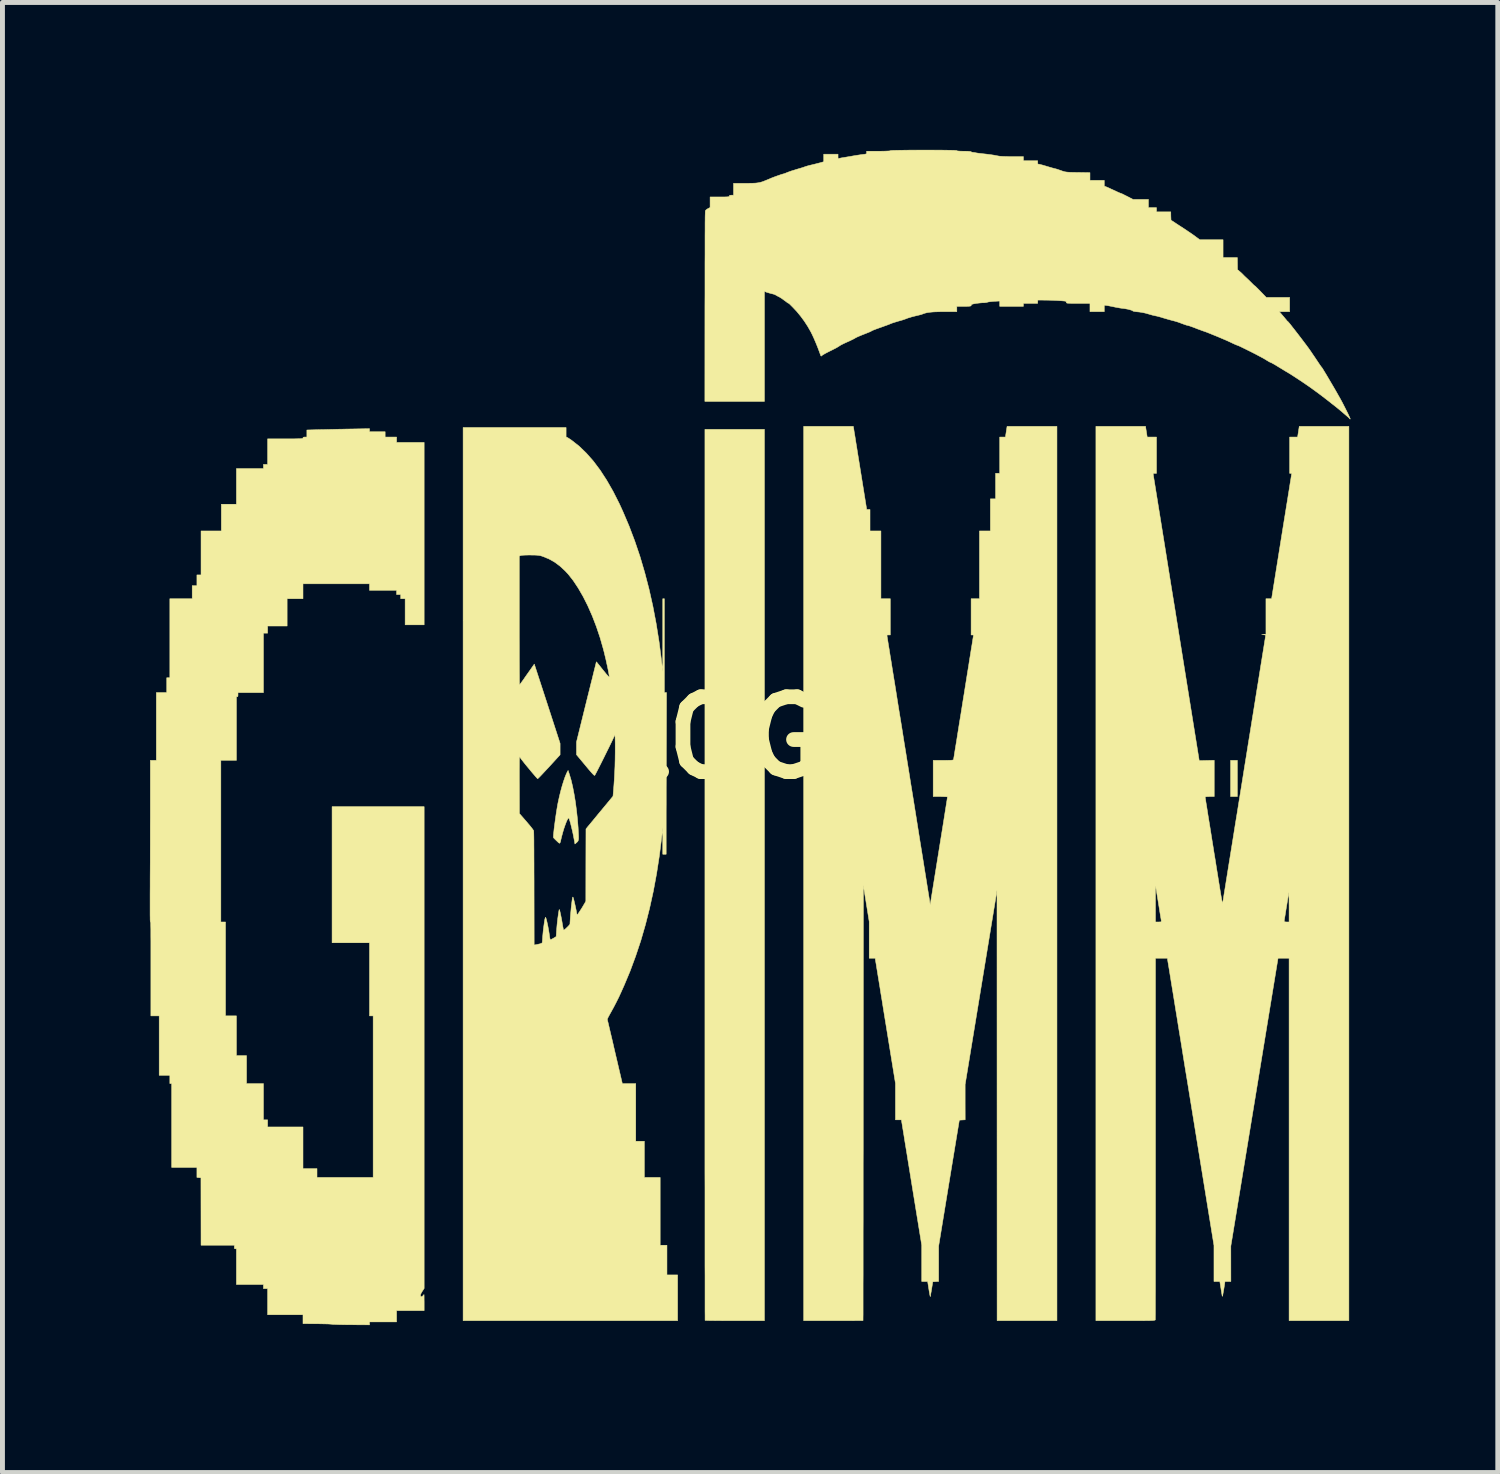
<source format=kicad_pcb>
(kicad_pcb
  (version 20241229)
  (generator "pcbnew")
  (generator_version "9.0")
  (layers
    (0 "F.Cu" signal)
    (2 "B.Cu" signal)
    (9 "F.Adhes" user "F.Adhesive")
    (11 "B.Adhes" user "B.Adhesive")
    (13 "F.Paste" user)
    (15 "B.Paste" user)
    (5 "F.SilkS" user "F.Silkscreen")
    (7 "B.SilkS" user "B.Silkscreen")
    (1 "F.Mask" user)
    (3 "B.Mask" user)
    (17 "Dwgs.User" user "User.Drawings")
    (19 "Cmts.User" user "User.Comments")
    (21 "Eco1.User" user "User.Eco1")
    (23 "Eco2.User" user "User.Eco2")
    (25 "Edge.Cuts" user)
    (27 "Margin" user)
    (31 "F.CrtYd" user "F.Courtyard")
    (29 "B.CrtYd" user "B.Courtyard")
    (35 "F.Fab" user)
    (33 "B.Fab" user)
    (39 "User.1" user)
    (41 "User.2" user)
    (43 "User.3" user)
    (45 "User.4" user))
  (footprint "LOGO"
    (layer "F.Cu")
    (at 12.303 11.966)
    (property "Reference" "LOGO" (at 0 0 0) (layer "F.SilkS") (effects (font (size 1.524 1.524) (thickness 0.3))))
    (attr through_hole)
    (fp_poly (pts (xy 9.832 1.197) (xy 9.694 1.197) (xy 9.694 0.46) (xy 9.832 0.46) (xy 9.832 1.197)) (stroke (width 0.01) (type solid)) (fill yes) (layer "F.SilkS"))
    (fp_poly (pts (xy 0.206 11.865) (xy -0.396 11.865) (xy -0.475 11.865) (xy -0.551 11.865) (xy -0.623 11.865) (xy -0.691 11.864) (xy -0.755 11.864) (xy -0.812 11.863) (xy -0.863 11.862) (xy -0.907 11.862) (xy -0.944 11.861) (xy -0.972 11.86) (xy -0.991 11.859) (xy -1.001 11.858) (xy -1.002 11.857) (xy -1.002 11.845) (xy -1.002 11.809) (xy -1.002 11.75) (xy -1.003 11.668) (xy -1.003 11.565) (xy -1.003 11.441) (xy -1.003 11.296) (xy -1.003 11.13) (xy -1.003 10.946) (xy -1.004 10.742) (xy -1.004 10.521) (xy -1.004 10.281) (xy -1.004 10.025) (xy -1.004 9.752) (xy -1.004 9.463) (xy -1.004 9.159) (xy -1.005 8.84) (xy -1.005 8.507) (xy -1.005 8.16) (xy -1.005 7.801) (xy -1.005 7.429) (xy -1.005 7.045) (xy -1.005 6.65) (xy -1.005 6.245) (xy -1.005 5.83) (xy -1.005 5.405) (xy -1.005 4.972) (xy -1.005 4.53) (xy -1.005 4.081) (xy -1.005 3.624) (xy -1.005 3.162) (xy -1.005 2.786) (xy -1.005 -6.277) (xy 0.206 -6.277) (xy 0.206 11.865)) (stroke (width 0.01) (type solid)) (fill yes) (layer "F.SilkS"))
    (fp_poly (pts (xy -3.763 0.747) (xy -3.729 0.861) (xy -3.697 0.996) (xy -3.668 1.147) (xy -3.641 1.309) (xy -3.619 1.479) (xy -3.6 1.653) (xy -3.586 1.826) (xy -3.583 1.887) (xy -3.579 1.961) (xy -3.577 2.016) (xy -3.577 2.055) (xy -3.581 2.083) (xy -3.588 2.102) (xy -3.6 2.118) (xy -3.617 2.133) (xy -3.623 2.139) (xy -3.651 2.162) (xy -3.66 2.107) (xy -3.674 2.035) (xy -3.689 1.958) (xy -3.706 1.881) (xy -3.724 1.807) (xy -3.74 1.742) (xy -3.756 1.687) (xy -3.768 1.649) (xy -3.774 1.636) (xy -3.783 1.634) (xy -3.796 1.651) (xy -3.813 1.683) (xy -3.832 1.728) (xy -3.853 1.784) (xy -3.875 1.848) (xy -3.896 1.918) (xy -3.916 1.991) (xy -3.92 2.006) (xy -3.93 2.047) (xy -3.938 2.081) (xy -3.942 2.101) (xy -3.942 2.104) (xy -3.946 2.118) (xy -3.953 2.135) (xy -3.958 2.143) (xy -3.963 2.147) (xy -3.971 2.145) (xy -3.983 2.136) (xy -4.001 2.12) (xy -4.024 2.098) (xy -4.048 2.075) (xy -4.068 2.055) (xy -4.082 2.04) (xy -4.088 2.031) (xy -4.088 2.031) (xy -4.089 2.01) (xy -4.087 1.971) (xy -4.081 1.915) (xy -4.074 1.847) (xy -4.064 1.77) (xy -4.053 1.688) (xy -4.041 1.603) (xy -4.029 1.519) (xy -4.016 1.44) (xy -4.004 1.369) (xy -3.993 1.313) (xy -3.968 1.199) (xy -3.941 1.088) (xy -3.912 0.982) (xy -3.882 0.885) (xy -3.853 0.801) (xy -3.826 0.735) (xy -3.81 0.701) (xy -3.79 0.665) (xy -3.763 0.747)) (stroke (width 0.01) (type solid)) (fill yes) (layer "F.SilkS"))
    (fp_poly (pts (xy -7.832 -6.229) (xy -7.514 -6.229) (xy -7.514 -6.12) (xy -7.281 -6.12) (xy -7.281 -6.011) (xy -6.72 -6.011) (xy -6.72 -2.298) (xy -7.107 -2.298) (xy -7.107 -2.83) (xy -7.197 -2.83) (xy -7.197 -2.915) (xy -7.281 -2.915) (xy -7.281 -3) (xy -7.832 -3) (xy -7.832 -3.133) (xy -9.186 -3.133) (xy -9.186 -2.83) (xy -9.509 -2.83) (xy -9.509 -2.274) (xy -9.906 -2.274) (xy -9.906 -2.129) (xy -9.991 -2.129) (xy -9.991 -0.919) (xy -10.509 -0.919) (xy -10.509 -0.877) (xy -10.51 -0.848) (xy -10.515 -0.837) (xy -10.525 -0.835) (xy -10.541 -0.835) (xy -10.541 0.46) (xy -10.858 0.46) (xy -10.858 3.75) (xy -10.763 3.75) (xy -10.763 5.661) (xy -10.541 5.661) (xy -10.541 6.471) (xy -10.335 6.471) (xy -10.335 7.039) (xy -9.991 7.039) (xy -9.991 7.777) (xy -9.906 7.777) (xy -9.906 7.922) (xy -9.186 7.922) (xy -9.186 8.769) (xy -8.901 8.769) (xy -8.901 8.95) (xy -7.758 8.95) (xy -7.758 5.661) (xy -7.832 5.661) (xy -7.832 4.173) (xy -8.594 4.173) (xy -8.594 1.403) (xy -6.72 1.403) (xy -6.72 11.209) (xy -6.757 11.265) (xy -6.779 11.301) (xy -6.791 11.329) (xy -6.795 11.345) (xy -6.79 11.368) (xy -6.779 11.377) (xy -6.763 11.373) (xy -6.747 11.359) (xy -6.733 11.343) (xy -6.725 11.334) (xy -6.723 11.333) (xy -6.722 11.345) (xy -6.721 11.376) (xy -6.721 11.422) (xy -6.72 11.48) (xy -6.72 11.497) (xy -6.72 11.66) (xy -7.281 11.66) (xy -7.281 11.89) (xy -7.832 11.89) (xy -7.832 11.95) (xy -8.19 11.948) (xy -8.252 11.948) (xy -8.313 11.947) (xy -8.37 11.946) (xy -8.423 11.945) (xy -8.472 11.944) (xy -8.514 11.942) (xy -8.549 11.941) (xy -8.576 11.94) (xy -8.594 11.938) (xy -8.599 11.937) (xy -8.614 11.936) (xy -8.639 11.934) (xy -8.672 11.932) (xy -8.711 11.931) (xy -8.756 11.93) (xy -8.806 11.929) (xy -8.858 11.928) (xy -8.912 11.927) (xy -8.918 11.927) (xy -9.186 11.926) (xy -9.186 11.744) (xy -9.906 11.744) (xy -9.906 11.212) (xy -9.991 11.212) (xy -9.991 11.128) (xy -10.541 11.128) (xy -10.541 10.402) (xy -10.562 10.402) (xy -10.576 10.4) (xy -10.582 10.393) (xy -10.583 10.373) (xy -10.583 10.366) (xy -10.583 10.329) (xy -11.261 10.329) (xy -11.262 9.643) (xy -11.263 8.957) (xy -11.304 8.953) (xy -11.345 8.949) (xy -11.345 8.745) (xy -11.859 8.745) (xy -11.859 7.039) (xy -11.896 7.039) (xy -11.896 6.87) (xy -12.113 6.87) (xy -12.113 5.661) (xy -12.282 5.661) (xy -12.282 4.705) (xy -12.282 4.53) (xy -12.282 4.378) (xy -12.282 4.246) (xy -12.282 4.135) (xy -12.283 4.041) (xy -12.283 3.964) (xy -12.283 3.901) (xy -12.284 3.852) (xy -12.285 3.815) (xy -12.285 3.787) (xy -12.286 3.769) (xy -12.288 3.757) (xy -12.289 3.751) (xy -12.29 3.75) (xy -12.291 3.75) (xy -12.292 3.748) (xy -12.294 3.743) (xy -12.295 3.734) (xy -12.296 3.717) (xy -12.297 3.693) (xy -12.297 3.659) (xy -12.298 3.614) (xy -12.298 3.557) (xy -12.298 3.486) (xy -12.298 3.399) (xy -12.298 3.295) (xy -12.298 3.173) (xy -12.297 3.031) (xy -12.297 2.868) (xy -12.296 2.713) (xy -12.295 2.538) (xy -12.295 2.357) (xy -12.294 2.172) (xy -12.294 1.987) (xy -12.294 1.805) (xy -12.293 1.631) (xy -12.293 1.467) (xy -12.293 1.317) (xy -12.293 1.184) (xy -12.293 1.071) (xy -12.293 0.46) (xy -12.171 0.46) (xy -12.171 -0.919) (xy -11.959 -0.919) (xy -11.959 -1.222) (xy -11.896 -1.222) (xy -11.896 -2.83) (xy -11.441 -2.83) (xy -11.441 -3.096) (xy -11.345 -3.096) (xy -11.345 -3.314) (xy -11.261 -3.314) (xy -11.261 -4.209) (xy -10.848 -4.209) (xy -10.848 -4.753) (xy -10.541 -4.753) (xy -10.541 -5.479) (xy -9.991 -5.479) (xy -9.991 -5.564) (xy -9.906 -5.564) (xy -9.906 -6.084) (xy -9.546 -6.084) (xy -9.475 -6.084) (xy -9.414 -6.084) (xy -9.362 -6.084) (xy -9.318 -6.085) (xy -9.282 -6.086) (xy -9.253 -6.087) (xy -9.23 -6.088) (xy -9.213 -6.09) (xy -9.201 -6.092) (xy -9.193 -6.094) (xy -9.188 -6.097) (xy -9.187 -6.1) (xy -9.186 -6.102) (xy -9.184 -6.112) (xy -9.177 -6.117) (xy -9.162 -6.12) (xy -9.147 -6.12) (xy -9.107 -6.12) (xy -9.107 -6.264) (xy -8.854 -6.271) (xy -8.804 -6.272) (xy -8.744 -6.273) (xy -8.678 -6.275) (xy -8.606 -6.276) (xy -8.531 -6.278) (xy -8.453 -6.28) (xy -8.376 -6.281) (xy -8.3 -6.283) (xy -8.228 -6.284) (xy -8.217 -6.284) (xy -7.832 -6.291) (xy -7.832 -6.229)) (stroke (width 0.01) (type solid)) (fill yes) (layer "F.SilkS"))
    (fp_poly (pts (xy 2.023 -6.293) (xy 2.026 -6.274) (xy 2.032 -6.234) (xy 2.042 -6.176) (xy 2.054 -6.101) (xy 2.068 -6.011) (xy 2.085 -5.908) (xy 2.103 -5.793) (xy 2.123 -5.67) (xy 2.144 -5.54) (xy 2.159 -5.446) (xy 2.288 -4.645) (xy 2.355 -4.645) (xy 2.355 -4.209) (xy 2.577 -4.209) (xy 2.577 -2.83) (xy 2.768 -2.83) (xy 2.768 -2.092) (xy 2.733 -2.092) (xy 2.714 -2.092) (xy 2.704 -2.089) (xy 2.7 -2.082) (xy 2.701 -2.071) (xy 2.704 -2.056) (xy 2.71 -2.018) (xy 2.719 -1.961) (xy 2.731 -1.884) (xy 2.747 -1.79) (xy 2.764 -1.679) (xy 2.785 -1.553) (xy 2.807 -1.413) (xy 2.832 -1.259) (xy 2.859 -1.094) (xy 2.887 -0.919) (xy 2.916 -0.734) (xy 2.947 -0.541) (xy 2.98 -0.341) (xy 3.013 -0.136) (xy 3.046 0.074) (xy 3.081 0.287) (xy 3.115 0.502) (xy 3.15 0.717) (xy 3.184 0.932) (xy 3.219 1.146) (xy 3.253 1.357) (xy 3.286 1.563) (xy 3.318 1.764) (xy 3.349 1.959) (xy 3.379 2.146) (xy 3.408 2.324) (xy 3.435 2.491) (xy 3.46 2.648) (xy 3.483 2.791) (xy 3.504 2.921) (xy 3.522 3.036) (xy 3.538 3.134) (xy 3.551 3.215) (xy 3.561 3.277) (xy 3.568 3.319) (xy 3.571 3.34) (xy 3.571 3.342) (xy 3.58 3.401) (xy 3.756 2.307) (xy 3.781 2.151) (xy 3.805 2.002) (xy 3.828 1.861) (xy 3.849 1.729) (xy 3.868 1.609) (xy 3.885 1.501) (xy 3.9 1.407) (xy 3.912 1.33) (xy 3.922 1.269) (xy 3.928 1.228) (xy 3.931 1.207) (xy 3.932 1.205) (xy 3.927 1.203) (xy 3.912 1.201) (xy 3.89 1.2) (xy 3.861 1.199) (xy 3.828 1.198) (xy 3.79 1.197) (xy 3.786 1.197) (xy 3.641 1.197) (xy 3.641 0.46) (xy 3.846 0.46) (xy 3.899 0.46) (xy 3.941 0.459) (xy 3.975 0.459) (xy 4.002 0.458) (xy 4.022 0.456) (xy 4.036 0.454) (xy 4.045 0.452) (xy 4.051 0.448) (xy 4.054 0.444) (xy 4.056 0.438) (xy 4.059 0.419) (xy 4.066 0.379) (xy 4.075 0.32) (xy 4.087 0.245) (xy 4.102 0.154) (xy 4.119 0.051) (xy 4.137 -0.064) (xy 4.157 -0.189) (xy 4.178 -0.322) (xy 4.201 -0.46) (xy 4.224 -0.604) (xy 4.247 -0.75) (xy 4.271 -0.896) (xy 4.294 -1.042) (xy 4.317 -1.185) (xy 4.339 -1.324) (xy 4.361 -1.457) (xy 4.38 -1.582) (xy 4.399 -1.697) (xy 4.415 -1.8) (xy 4.43 -1.89) (xy 4.442 -1.966) (xy 4.451 -2.024) (xy 4.458 -2.064) (xy 4.461 -2.084) (xy 4.461 -2.086) (xy 4.456 -2.09) (xy 4.444 -2.092) (xy 4.437 -2.092) (xy 4.413 -2.092) (xy 4.413 -2.83) (xy 4.583 -2.83) (xy 4.583 -4.209) (xy 4.805 -4.209) (xy 4.805 -4.862) (xy 4.911 -4.862) (xy 4.911 -5.382) (xy 4.995 -5.382) (xy 4.995 -6.12) (xy 5.111 -6.12) (xy 5.145 -6.338) (xy 6.16 -6.338) (xy 6.16 11.865) (xy 4.942 11.865) (xy 4.941 7.485) (xy 4.94 3.104) (xy 4.291 7.058) (xy 4.291 7.417) (xy 4.292 7.776) (xy 4.173 7.783) (xy 3.962 9.065) (xy 3.752 10.347) (xy 3.752 11.066) (xy 3.633 11.073) (xy 3.609 11.221) (xy 3.6 11.276) (xy 3.591 11.324) (xy 3.585 11.358) (xy 3.582 11.375) (xy 3.582 11.376) (xy 3.579 11.368) (xy 3.573 11.341) (xy 3.565 11.298) (xy 3.556 11.245) (xy 3.553 11.225) (xy 3.528 11.067) (xy 3.408 11.067) (xy 3.408 10.33) (xy 3.206 9.087) (xy 3.179 8.92) (xy 3.153 8.759) (xy 3.128 8.606) (xy 3.105 8.462) (xy 3.083 8.328) (xy 3.063 8.207) (xy 3.046 8.098) (xy 3.031 8.005) (xy 3.018 7.928) (xy 3.009 7.869) (xy 3.002 7.83) (xy 2.999 7.811) (xy 2.999 7.811) (xy 2.994 7.777) (xy 2.873 7.777) (xy 2.873 7.035) (xy 2.678 5.831) (xy 2.651 5.666) (xy 2.625 5.506) (xy 2.601 5.354) (xy 2.577 5.21) (xy 2.556 5.076) (xy 2.536 4.954) (xy 2.518 4.845) (xy 2.503 4.751) (xy 2.49 4.673) (xy 2.481 4.614) (xy 2.474 4.574) (xy 2.471 4.557) (xy 2.46 4.487) (xy 2.339 4.487) (xy 2.339 4.115) (xy 2.339 3.743) (xy 2.22 3.006) (xy 2.217 7.433) (xy 2.217 7.758) (xy 2.217 8.078) (xy 2.217 8.391) (xy 2.216 8.695) (xy 2.216 8.991) (xy 2.216 9.277) (xy 2.216 9.553) (xy 2.216 9.818) (xy 2.215 10.07) (xy 2.215 10.31) (xy 2.215 10.535) (xy 2.215 10.746) (xy 2.215 10.942) (xy 2.214 11.121) (xy 2.214 11.282) (xy 2.214 11.426) (xy 2.214 11.551) (xy 2.214 11.656) (xy 2.214 11.741) (xy 2.213 11.804) (xy 2.213 11.844) (xy 2.213 11.862) (xy 2.213 11.862) (xy 2.208 11.863) (xy 2.193 11.863) (xy 2.168 11.864) (xy 2.135 11.864) (xy 2.094 11.864) (xy 2.046 11.864) (xy 1.991 11.865) (xy 1.93 11.865) (xy 1.864 11.865) (xy 1.793 11.865) (xy 1.719 11.865) (xy 1.641 11.865) (xy 1.609 11.865) (xy 1.005 11.865) (xy 1.005 -6.338) (xy 2.015 -6.338) (xy 2.023 -6.293)) (stroke (width 0.01) (type solid)) (fill yes) (layer "F.SilkS"))
    (fp_poly (pts (xy 7.997 -6.12) (xy 8.186 -6.12) (xy 8.186 -5.382) (xy 8.151 -5.382) (xy 8.132 -5.381) (xy 8.121 -5.377) (xy 8.119 -5.369) (xy 8.119 -5.367) (xy 8.121 -5.355) (xy 8.126 -5.32) (xy 8.135 -5.265) (xy 8.147 -5.19) (xy 8.162 -5.097) (xy 8.18 -4.985) (xy 8.201 -4.856) (xy 8.224 -4.712) (xy 8.25 -4.552) (xy 8.278 -4.378) (xy 8.308 -4.191) (xy 8.34 -3.992) (xy 8.374 -3.781) (xy 8.409 -3.56) (xy 8.446 -3.33) (xy 8.484 -3.092) (xy 8.524 -2.846) (xy 8.565 -2.594) (xy 8.589 -2.443) (xy 9.056 0.466) (xy 9.361 0.459) (xy 9.361 1.197) (xy 9.268 1.197) (xy 9.233 1.198) (xy 9.208 1.199) (xy 9.19 1.201) (xy 9.181 1.205) (xy 9.177 1.21) (xy 9.177 1.213) (xy 9.179 1.226) (xy 9.185 1.26) (xy 9.193 1.314) (xy 9.205 1.386) (xy 9.219 1.474) (xy 9.235 1.578) (xy 9.254 1.694) (xy 9.275 1.822) (xy 9.297 1.96) (xy 9.32 2.106) (xy 9.345 2.259) (xy 9.353 2.313) (xy 9.383 2.494) (xy 9.408 2.654) (xy 9.431 2.794) (xy 9.45 2.915) (xy 9.467 3.018) (xy 9.481 3.105) (xy 9.493 3.177) (xy 9.503 3.235) (xy 9.511 3.28) (xy 9.517 3.315) (xy 9.522 3.34) (xy 9.526 3.356) (xy 9.529 3.364) (xy 9.531 3.367) (xy 9.532 3.365) (xy 9.534 3.36) (xy 9.534 3.359) (xy 9.536 3.344) (xy 9.542 3.308) (xy 9.551 3.251) (xy 9.563 3.174) (xy 9.579 3.078) (xy 9.597 2.965) (xy 9.618 2.835) (xy 9.641 2.69) (xy 9.667 2.529) (xy 9.695 2.355) (xy 9.725 2.169) (xy 9.757 1.97) (xy 9.79 1.762) (xy 9.826 1.543) (xy 9.862 1.316) (xy 9.9 1.081) (xy 9.939 0.839) (xy 9.974 0.618) (xy 10.014 0.372) (xy 10.052 0.132) (xy 10.09 -0.101) (xy 10.126 -0.326) (xy 10.161 -0.542) (xy 10.194 -0.748) (xy 10.225 -0.944) (xy 10.255 -1.127) (xy 10.282 -1.297) (xy 10.307 -1.454) (xy 10.33 -1.596) (xy 10.35 -1.721) (xy 10.368 -1.83) (xy 10.382 -1.921) (xy 10.394 -1.994) (xy 10.402 -2.046) (xy 10.407 -2.078) (xy 10.409 -2.087) (xy 10.404 -2.09) (xy 10.391 -2.093) (xy 10.373 -2.095) (xy 10.368 -2.096) (xy 10.327 -2.1) (xy 10.37 -2.102) (xy 10.414 -2.105) (xy 10.414 -2.83) (xy 10.529 -2.83) (xy 10.731 -4.091) (xy 10.758 -4.259) (xy 10.784 -4.42) (xy 10.809 -4.574) (xy 10.832 -4.718) (xy 10.854 -4.852) (xy 10.873 -4.973) (xy 10.891 -5.081) (xy 10.905 -5.174) (xy 10.918 -5.251) (xy 10.927 -5.309) (xy 10.933 -5.348) (xy 10.936 -5.366) (xy 10.937 -5.367) (xy 10.934 -5.378) (xy 10.923 -5.382) (xy 10.917 -5.382) (xy 10.896 -5.382) (xy 10.896 -6.12) (xy 11.058 -6.12) (xy 11.075 -6.229) (xy 11.092 -6.338) (xy 12.102 -6.338) (xy 12.102 11.865) (xy 10.885 11.865) (xy 10.885 4.487) (xy 10.66 4.487) (xy 10.18 7.417) (xy 9.699 10.347) (xy 9.7 11.067) (xy 9.58 11.067) (xy 9.571 11.131) (xy 9.557 11.219) (xy 9.545 11.286) (xy 9.537 11.332) (xy 9.531 11.36) (xy 9.526 11.37) (xy 9.525 11.368) (xy 9.521 11.351) (xy 9.515 11.315) (xy 9.507 11.268) (xy 9.498 11.212) (xy 9.498 11.209) (xy 9.475 11.067) (xy 9.356 11.067) (xy 9.356 10.334) (xy 8.898 7.51) (xy 8.857 7.258) (xy 8.817 7.01) (xy 8.777 6.769) (xy 8.739 6.535) (xy 8.703 6.309) (xy 8.668 6.093) (xy 8.634 5.887) (xy 8.603 5.692) (xy 8.573 5.51) (xy 8.546 5.341) (xy 8.521 5.186) (xy 8.498 5.047) (xy 8.478 4.924) (xy 8.461 4.818) (xy 8.447 4.731) (xy 8.436 4.664) (xy 8.428 4.616) (xy 8.424 4.59) (xy 8.423 4.587) (xy 8.407 4.487) (xy 8.165 4.487) (xy 8.165 8.157) (xy 8.165 8.454) (xy 8.165 8.744) (xy 8.165 9.027) (xy 8.165 9.303) (xy 8.165 9.569) (xy 8.165 9.825) (xy 8.165 10.071) (xy 8.164 10.304) (xy 8.164 10.525) (xy 8.164 10.732) (xy 8.164 10.925) (xy 8.164 11.102) (xy 8.164 11.262) (xy 8.163 11.405) (xy 8.163 11.53) (xy 8.163 11.635) (xy 8.163 11.721) (xy 8.162 11.785) (xy 8.162 11.826) (xy 8.162 11.845) (xy 8.162 11.846) (xy 8.161 11.849) (xy 8.158 11.852) (xy 8.152 11.854) (xy 8.144 11.856) (xy 8.132 11.858) (xy 8.117 11.86) (xy 8.096 11.861) (xy 8.071 11.862) (xy 8.04 11.863) (xy 8.002 11.864) (xy 7.958 11.864) (xy 7.906 11.865) (xy 7.846 11.865) (xy 7.778 11.865) (xy 7.701 11.865) (xy 7.614 11.865) (xy 7.556 11.865) (xy 6.953 11.865) (xy 6.953 3.379) (xy 8.165 3.379) (xy 8.165 3.75) (xy 8.226 3.75) (xy 8.253 3.749) (xy 8.27 3.748) (xy 8.28 3.745) (xy 8.284 3.74) (xy 8.285 3.739) (xy 10.784 3.739) (xy 10.789 3.744) (xy 10.803 3.747) (xy 10.822 3.749) (xy 10.835 3.75) (xy 10.885 3.75) (xy 10.885 3.438) (xy 10.884 3.352) (xy 10.884 3.279) (xy 10.883 3.219) (xy 10.882 3.176) (xy 10.881 3.153) (xy 10.88 3.151) (xy 10.875 3.179) (xy 10.867 3.224) (xy 10.858 3.281) (xy 10.847 3.346) (xy 10.836 3.416) (xy 10.824 3.488) (xy 10.813 3.557) (xy 10.803 3.62) (xy 10.794 3.673) (xy 10.788 3.713) (xy 10.785 3.736) (xy 10.784 3.739) (xy 8.285 3.739) (xy 8.285 3.732) (xy 8.284 3.728) (xy 8.282 3.712) (xy 8.276 3.676) (xy 8.267 3.623) (xy 8.256 3.557) (xy 8.244 3.48) (xy 8.23 3.395) (xy 8.225 3.362) (xy 8.211 3.276) (xy 8.198 3.198) (xy 8.187 3.129) (xy 8.178 3.074) (xy 8.171 3.035) (xy 8.167 3.015) (xy 8.167 3.013) (xy 8.167 3.023) (xy 8.166 3.055) (xy 8.166 3.105) (xy 8.165 3.17) (xy 8.165 3.249) (xy 8.165 3.337) (xy 8.165 3.379) (xy 6.953 3.379) (xy 6.953 -6.338) (xy 7.963 -6.338) (xy 7.997 -6.12)) (stroke (width 0.01) (type solid)) (fill yes) (layer "F.SilkS"))
    (fp_poly (pts (xy -3.831 -6.123) (xy -3.811 -6.114) (xy -3.799 -6.108) (xy -3.779 -6.095) (xy -3.754 -6.079) (xy -3.726 -6.06) (xy -3.715 -6.052) (xy -3.564 -5.933) (xy -3.418 -5.792) (xy -3.276 -5.631) (xy -3.138 -5.447) (xy -3.004 -5.241) (xy -2.873 -5.012) (xy -2.746 -4.761) (xy -2.676 -4.608) (xy -2.55 -4.312) (xy -2.434 -4.006) (xy -2.327 -3.69) (xy -2.231 -3.364) (xy -2.143 -3.027) (xy -2.065 -2.679) (xy -1.997 -2.321) (xy -1.938 -1.952) (xy -1.889 -1.573) (xy -1.884 -1.53) (xy -1.863 -1.349) (xy -1.863 -2.83) (xy -1.831 -2.83) (xy -1.831 -0.919) (xy -1.787 -0.919) (xy -1.79 0.117) (xy -1.791 0.292) (xy -1.791 0.474) (xy -1.792 0.659) (xy -1.792 0.844) (xy -1.793 1.025) (xy -1.793 1.199) (xy -1.793 1.364) (xy -1.794 1.514) (xy -1.794 1.647) (xy -1.794 1.759) (xy -1.794 2.371) (xy -1.863 2.371) (xy -1.863 2.102) (xy -1.863 1.832) (xy -1.884 2.02) (xy -1.932 2.399) (xy -1.989 2.767) (xy -2.055 3.123) (xy -2.131 3.469) (xy -2.216 3.804) (xy -2.31 4.129) (xy -2.415 4.444) (xy -2.528 4.75) (xy -2.646 5.032) (xy -2.704 5.162) (xy -2.757 5.278) (xy -2.81 5.384) (xy -2.863 5.486) (xy -2.919 5.588) (xy -2.931 5.609) (xy -2.955 5.653) (xy -2.972 5.684) (xy -2.983 5.707) (xy -2.989 5.722) (xy -2.991 5.734) (xy -2.99 5.744) (xy -2.988 5.75) (xy -2.985 5.765) (xy -2.976 5.799) (xy -2.964 5.851) (xy -2.948 5.919) (xy -2.929 6) (xy -2.907 6.092) (xy -2.883 6.194) (xy -2.858 6.304) (xy -2.834 6.407) (xy -2.686 7.039) (xy -2.413 7.039) (xy -2.413 8.213) (xy -2.238 8.213) (xy -2.238 8.95) (xy -1.916 8.95) (xy -1.916 10.329) (xy -1.778 10.329) (xy -1.778 10.934) (xy -1.561 10.934) (xy -1.561 11.865) (xy -5.927 11.865) (xy -5.927 -3.699) (xy -4.784 -3.699) (xy -4.784 -2.388) (xy -4.784 -2.212) (xy -4.784 -2.043) (xy -4.783 -1.883) (xy -4.783 -1.732) (xy -4.783 -1.593) (xy -4.782 -1.468) (xy -4.782 -1.357) (xy -4.781 -1.262) (xy -4.781 -1.185) (xy -4.78 -1.127) (xy -4.78 -1.091) (xy -4.779 -1.077) (xy -4.779 -1.076) (xy -4.774 -1.083) (xy -4.76 -1.1) (xy -4.741 -1.126) (xy -4.716 -1.16) (xy -4.688 -1.199) (xy -4.675 -1.219) (xy -4.642 -1.266) (xy -4.609 -1.313) (xy -4.577 -1.358) (xy -4.55 -1.396) (xy -4.529 -1.426) (xy -4.526 -1.43) (xy -4.478 -1.499) (xy -4.215 -0.692) (xy -3.953 0.115) (xy -3.953 0.347) (xy -4.176 0.591) (xy -4.222 0.64) (xy -4.265 0.686) (xy -4.304 0.728) (xy -4.338 0.764) (xy -4.367 0.794) (xy -4.389 0.816) (xy -4.404 0.83) (xy -4.409 0.835) (xy -4.416 0.829) (xy -4.43 0.814) (xy -4.452 0.79) (xy -4.478 0.759) (xy -4.509 0.723) (xy -4.543 0.683) (xy -4.578 0.64) (xy -4.613 0.598) (xy -4.648 0.556) (xy -4.68 0.516) (xy -4.708 0.48) (xy -4.732 0.45) (xy -4.749 0.427) (xy -4.757 0.416) (xy -4.77 0.398) (xy -4.779 0.388) (xy -4.78 0.387) (xy -4.781 0.399) (xy -4.781 0.432) (xy -4.782 0.485) (xy -4.782 0.556) (xy -4.783 0.641) (xy -4.783 0.738) (xy -4.783 0.846) (xy -4.782 0.961) (xy -4.782 0.965) (xy -4.781 1.542) (xy -4.639 1.705) (xy -4.602 1.749) (xy -4.568 1.789) (xy -4.539 1.825) (xy -4.516 1.855) (xy -4.5 1.878) (xy -4.491 1.891) (xy -4.491 1.893) (xy -4.49 1.904) (xy -4.489 1.928) (xy -4.488 1.967) (xy -4.487 2.021) (xy -4.486 2.091) (xy -4.486 2.179) (xy -4.485 2.285) (xy -4.485 2.411) (xy -4.484 2.557) (xy -4.484 2.724) (xy -4.483 2.914) (xy -4.483 3.068) (xy -4.481 4.219) (xy -4.449 4.213) (xy -4.427 4.209) (xy -4.401 4.203) (xy -4.374 4.197) (xy -4.368 4.196) (xy -4.347 4.189) (xy -4.33 4.182) (xy -4.319 4.174) (xy -4.318 4.171) (xy -4.315 4.154) (xy -4.312 4.12) (xy -4.309 4.074) (xy -4.308 4.054) (xy -4.303 3.999) (xy -4.297 3.935) (xy -4.289 3.868) (xy -4.28 3.802) (xy -4.272 3.744) (xy -4.264 3.698) (xy -4.257 3.671) (xy -4.251 3.655) (xy -4.247 3.657) (xy -4.239 3.676) (xy -4.228 3.715) (xy -4.215 3.771) (xy -4.201 3.837) (xy -4.188 3.907) (xy -4.177 3.974) (xy -4.172 4.007) (xy -4.164 4.063) (xy -4.157 4.098) (xy -4.151 4.112) (xy -4.15 4.112) (xy -4.143 4.11) (xy -4.128 4.102) (xy -4.109 4.092) (xy -4.087 4.08) (xy -4.067 4.068) (xy -4.049 4.057) (xy -4.037 4.05) (xy -4.034 4.047) (xy -4.032 4.034) (xy -4.03 4.004) (xy -4.027 3.963) (xy -4.027 3.954) (xy -4.022 3.891) (xy -4.016 3.822) (xy -4.009 3.751) (xy -4.001 3.682) (xy -3.992 3.618) (xy -3.984 3.563) (xy -3.977 3.523) (xy -3.972 3.499) (xy -3.969 3.496) (xy -3.964 3.506) (xy -3.956 3.535) (xy -3.946 3.579) (xy -3.935 3.633) (xy -3.923 3.694) (xy -3.912 3.757) (xy -3.908 3.784) (xy -3.899 3.835) (xy -3.891 3.877) (xy -3.885 3.905) (xy -3.882 3.914) (xy -3.874 3.913) (xy -3.859 3.903) (xy -3.84 3.887) (xy -3.819 3.867) (xy -3.797 3.846) (xy -3.777 3.825) (xy -3.762 3.807) (xy -3.753 3.794) (xy -3.752 3.79) (xy -3.751 3.761) (xy -3.748 3.714) (xy -3.744 3.655) (xy -3.739 3.591) (xy -3.733 3.526) (xy -3.728 3.467) (xy -3.723 3.42) (xy -3.722 3.413) (xy -3.713 3.34) (xy -3.706 3.288) (xy -3.7 3.257) (xy -3.695 3.243) (xy -3.693 3.242) (xy -3.687 3.252) (xy -3.678 3.281) (xy -3.667 3.325) (xy -3.654 3.38) (xy -3.64 3.443) (xy -3.626 3.51) (xy -3.615 3.571) (xy -3.609 3.595) (xy -3.604 3.604) (xy -3.598 3.598) (xy -3.585 3.58) (xy -3.567 3.553) (xy -3.545 3.52) (xy -3.522 3.485) (xy -3.499 3.448) (xy -3.479 3.414) (xy -3.462 3.385) (xy -3.459 3.381) (xy -3.429 3.326) (xy -3.428 2.591) (xy -3.426 1.857) (xy -3.395 1.817) (xy -3.384 1.804) (xy -3.365 1.781) (xy -3.338 1.749) (xy -3.305 1.709) (xy -3.267 1.663) (xy -3.225 1.612) (xy -3.18 1.557) (xy -3.132 1.499) (xy -3.119 1.484) (xy -2.876 1.19) (xy -2.867 1.089) (xy -2.858 0.973) (xy -2.849 0.843) (xy -2.842 0.707) (xy -2.836 0.581) (xy -2.835 0.521) (xy -2.833 0.449) (xy -2.832 0.37) (xy -2.831 0.286) (xy -2.831 0.204) (xy -2.831 0.128) (xy -2.832 0.062) (xy -2.833 0.01) (xy -2.834 -0.022) (xy -2.834 -0.023) (xy -2.838 -0.061) (xy -2.873 0.017) (xy -2.887 0.047) (xy -2.907 0.089) (xy -2.932 0.14) (xy -2.96 0.198) (xy -2.992 0.262) (xy -3.025 0.329) (xy -3.059 0.398) (xy -3.093 0.466) (xy -3.126 0.532) (xy -3.157 0.593) (xy -3.185 0.648) (xy -3.209 0.695) (xy -3.228 0.731) (xy -3.241 0.755) (xy -3.247 0.765) (xy -3.251 0.767) (xy -3.258 0.764) (xy -3.268 0.757) (xy -3.281 0.744) (xy -3.3 0.724) (xy -3.325 0.696) (xy -3.357 0.659) (xy -3.396 0.613) (xy -3.439 0.561) (xy -3.619 0.345) (xy -3.619 0.086) (xy -3.418 -0.728) (xy -3.386 -0.857) (xy -3.355 -0.98) (xy -3.327 -1.095) (xy -3.3 -1.2) (xy -3.277 -1.295) (xy -3.257 -1.376) (xy -3.24 -1.444) (xy -3.227 -1.496) (xy -3.219 -1.53) (xy -3.215 -1.545) (xy -3.215 -1.545) (xy -3.21 -1.541) (xy -3.197 -1.526) (xy -3.179 -1.503) (xy -3.155 -1.474) (xy -3.13 -1.442) (xy -3.082 -1.382) (xy -3.041 -1.332) (xy -3.008 -1.291) (xy -2.981 -1.262) (xy -2.963 -1.243) (xy -2.954 -1.236) (xy -2.953 -1.236) (xy -2.952 -1.248) (xy -2.956 -1.279) (xy -2.964 -1.324) (xy -2.975 -1.382) (xy -2.989 -1.448) (xy -3.005 -1.52) (xy -3.021 -1.595) (xy -3.039 -1.669) (xy -3.056 -1.74) (xy -3.072 -1.802) (xy -3.139 -2.037) (xy -3.215 -2.263) (xy -3.298 -2.479) (xy -3.388 -2.683) (xy -3.483 -2.872) (xy -3.583 -3.045) (xy -3.685 -3.199) (xy -3.79 -3.332) (xy -3.852 -3.398) (xy -3.955 -3.493) (xy -4.062 -3.573) (xy -4.175 -3.637) (xy -4.296 -3.687) (xy -4.324 -3.697) (xy -4.347 -3.704) (xy -4.372 -3.709) (xy -4.4 -3.713) (xy -4.433 -3.716) (xy -4.473 -3.718) (xy -4.52 -3.718) (xy -4.556 -3.719) (xy -4.599 -3.719) (xy -4.639 -3.718) (xy -4.676 -3.717) (xy -4.708 -3.715) (xy -4.733 -3.713) (xy -4.749 -3.71) (xy -4.753 -3.709) (xy -4.784 -3.699) (xy -5.927 -3.699) (xy -5.927 -6.314) (xy -3.831 -6.314) (xy -3.831 -6.123)) (stroke (width 0.01) (type solid)) (fill yes) (layer "F.SilkS"))
    (fp_poly (pts (xy 3.654 -11.961) (xy 3.745 -11.96) (xy 3.827 -11.96) (xy 3.899 -11.959) (xy 3.961 -11.958) (xy 4.013 -11.957) (xy 4.055 -11.956) (xy 4.087 -11.954) (xy 4.109 -11.953) (xy 4.12 -11.951) (xy 4.122 -11.95) (xy 4.127 -11.946) (xy 4.143 -11.943) (xy 4.167 -11.941) (xy 4.201 -11.939) (xy 4.243 -11.938) (xy 4.268 -11.938) (xy 4.306 -11.938) (xy 4.34 -11.937) (xy 4.369 -11.935) (xy 4.392 -11.933) (xy 4.407 -11.931) (xy 4.413 -11.928) (xy 4.413 -11.928) (xy 4.418 -11.922) (xy 4.431 -11.918) (xy 4.449 -11.915) (xy 4.452 -11.915) (xy 4.472 -11.913) (xy 4.49 -11.91) (xy 4.5 -11.908) (xy 4.501 -11.907) (xy 4.508 -11.906) (xy 4.525 -11.903) (xy 4.55 -11.899) (xy 4.581 -11.895) (xy 4.618 -11.891) (xy 4.659 -11.886) (xy 4.686 -11.883) (xy 4.732 -11.878) (xy 4.778 -11.872) (xy 4.823 -11.866) (xy 4.864 -11.86) (xy 4.899 -11.854) (xy 4.926 -11.848) (xy 4.934 -11.847) (xy 4.96 -11.842) (xy 4.991 -11.837) (xy 5.029 -11.834) (xy 5.074 -11.832) (xy 5.128 -11.83) (xy 5.191 -11.829) (xy 5.242 -11.829) (xy 5.477 -11.829) (xy 5.477 -11.744) (xy 5.768 -11.744) (xy 5.768 -11.709) (xy 5.769 -11.685) (xy 5.775 -11.676) (xy 5.785 -11.675) (xy 5.795 -11.674) (xy 5.813 -11.67) (xy 5.839 -11.663) (xy 5.871 -11.655) (xy 5.907 -11.644) (xy 5.946 -11.633) (xy 5.948 -11.632) (xy 5.988 -11.62) (xy 6.026 -11.609) (xy 6.06 -11.599) (xy 6.09 -11.591) (xy 6.112 -11.585) (xy 6.125 -11.582) (xy 6.141 -11.578) (xy 6.165 -11.571) (xy 6.194 -11.561) (xy 6.226 -11.55) (xy 6.247 -11.543) (xy 6.268 -11.535) (xy 6.287 -11.529) (xy 6.305 -11.523) (xy 6.324 -11.519) (xy 6.343 -11.516) (xy 6.366 -11.513) (xy 6.392 -11.511) (xy 6.423 -11.509) (xy 6.461 -11.508) (xy 6.506 -11.507) (xy 6.561 -11.506) (xy 6.584 -11.506) (xy 6.832 -11.502) (xy 6.832 -11.345) (xy 7.123 -11.345) (xy 7.123 -11.229) (xy 7.156 -11.216) (xy 7.171 -11.21) (xy 7.194 -11.2) (xy 7.224 -11.187) (xy 7.257 -11.171) (xy 7.293 -11.155) (xy 7.308 -11.148) (xy 7.35 -11.129) (xy 7.383 -11.113) (xy 7.409 -11.101) (xy 7.43 -11.092) (xy 7.447 -11.085) (xy 7.462 -11.08) (xy 7.476 -11.074) (xy 7.48 -11.073) (xy 7.49 -11.069) (xy 7.508 -11.06) (xy 7.533 -11.047) (xy 7.563 -11.032) (xy 7.596 -11.016) (xy 7.601 -11.013) (xy 7.707 -10.958) (xy 8.022 -10.958) (xy 8.022 -10.789) (xy 8.186 -10.789) (xy 8.186 -10.704) (xy 8.477 -10.704) (xy 8.478 -10.618) (xy 8.48 -10.572) (xy 8.481 -10.545) (xy 8.485 -10.532) (xy 8.49 -10.528) (xy 8.49 -10.528) (xy 8.5 -10.523) (xy 8.517 -10.512) (xy 8.538 -10.499) (xy 8.546 -10.493) (xy 8.563 -10.482) (xy 8.588 -10.465) (xy 8.62 -10.444) (xy 8.657 -10.42) (xy 8.697 -10.394) (xy 8.737 -10.368) (xy 8.742 -10.365) (xy 8.786 -10.336) (xy 8.831 -10.305) (xy 8.876 -10.275) (xy 8.918 -10.246) (xy 8.955 -10.22) (xy 8.98 -10.201) (xy 9.068 -10.136) (xy 9.541 -10.136) (xy 9.541 -9.773) (xy 9.832 -9.773) (xy 9.835 -9.528) (xy 9.874 -9.495) (xy 9.899 -9.474) (xy 9.925 -9.45) (xy 9.946 -9.429) (xy 9.967 -9.407) (xy 9.993 -9.382) (xy 10.017 -9.36) (xy 10.053 -9.326) (xy 10.096 -9.284) (xy 10.143 -9.237) (xy 10.159 -9.221) (xy 10.174 -9.207) (xy 10.186 -9.198) (xy 10.187 -9.198) (xy 10.195 -9.192) (xy 10.211 -9.177) (xy 10.233 -9.155) (xy 10.26 -9.128) (xy 10.292 -9.096) (xy 10.309 -9.078) (xy 10.42 -8.963) (xy 10.896 -8.963) (xy 10.896 -8.672) (xy 10.687 -8.672) (xy 10.75 -8.598) (xy 10.776 -8.568) (xy 10.8 -8.539) (xy 10.821 -8.514) (xy 10.835 -8.497) (xy 10.835 -8.496) (xy 10.849 -8.48) (xy 10.858 -8.473) (xy 10.859 -8.473) (xy 10.864 -8.468) (xy 10.877 -8.453) (xy 10.898 -8.429) (xy 10.924 -8.396) (xy 10.954 -8.357) (xy 10.989 -8.313) (xy 11.026 -8.265) (xy 11.065 -8.215) (xy 11.104 -8.164) (xy 11.143 -8.113) (xy 11.18 -8.064) (xy 11.214 -8.019) (xy 11.245 -7.978) (xy 11.27 -7.943) (xy 11.274 -7.939) (xy 11.3 -7.902) (xy 11.332 -7.856) (xy 11.367 -7.804) (xy 11.404 -7.75) (xy 11.439 -7.698) (xy 11.444 -7.69) (xy 11.473 -7.647) (xy 11.499 -7.608) (xy 11.52 -7.577) (xy 11.536 -7.555) (xy 11.545 -7.543) (xy 11.546 -7.542) (xy 11.55 -7.538) (xy 11.562 -7.521) (xy 11.58 -7.492) (xy 11.603 -7.454) (xy 11.631 -7.408) (xy 11.663 -7.355) (xy 11.697 -7.297) (xy 11.733 -7.236) (xy 11.77 -7.173) (xy 11.807 -7.11) (xy 11.842 -7.049) (xy 11.875 -6.991) (xy 11.905 -6.938) (xy 11.931 -6.892) (xy 11.952 -6.853) (xy 11.962 -6.835) (xy 11.995 -6.771) (xy 12.027 -6.708) (xy 12.056 -6.65) (xy 12.082 -6.598) (xy 12.102 -6.555) (xy 12.118 -6.521) (xy 12.127 -6.5) (xy 12.129 -6.494) (xy 12.128 -6.486) (xy 12.125 -6.486) (xy 12.116 -6.496) (xy 12.113 -6.501) (xy 12.104 -6.509) (xy 12.087 -6.525) (xy 12.063 -6.546) (xy 12.034 -6.571) (xy 12.001 -6.599) (xy 11.967 -6.629) (xy 11.932 -6.658) (xy 11.898 -6.687) (xy 11.867 -6.712) (xy 11.84 -6.734) (xy 11.83 -6.742) (xy 11.812 -6.756) (xy 11.787 -6.776) (xy 11.755 -6.8) (xy 11.721 -6.828) (xy 11.684 -6.857) (xy 11.668 -6.869) (xy 11.619 -6.907) (xy 11.564 -6.949) (xy 11.506 -6.993) (xy 11.445 -7.038) (xy 11.386 -7.081) (xy 11.33 -7.122) (xy 11.28 -7.157) (xy 11.242 -7.183) (xy 11.176 -7.228) (xy 11.118 -7.267) (xy 11.068 -7.3) (xy 11.024 -7.329) (xy 10.986 -7.354) (xy 10.95 -7.377) (xy 10.918 -7.398) (xy 10.886 -7.417) (xy 10.854 -7.437) (xy 10.829 -7.451) (xy 10.798 -7.47) (xy 10.76 -7.493) (xy 10.718 -7.519) (xy 10.676 -7.544) (xy 10.642 -7.565) (xy 10.608 -7.586) (xy 10.577 -7.604) (xy 10.549 -7.619) (xy 10.528 -7.631) (xy 10.514 -7.637) (xy 10.512 -7.638) (xy 10.498 -7.643) (xy 10.477 -7.654) (xy 10.452 -7.669) (xy 10.435 -7.679) (xy 10.403 -7.699) (xy 10.364 -7.722) (xy 10.318 -7.747) (xy 10.265 -7.775) (xy 10.203 -7.808) (xy 10.132 -7.844) (xy 10.107 -7.857) (xy 10.046 -7.887) (xy 9.994 -7.913) (xy 9.951 -7.934) (xy 9.916 -7.951) (xy 9.888 -7.965) (xy 9.865 -7.975) (xy 9.848 -7.982) (xy 9.835 -7.987) (xy 9.827 -7.99) (xy 9.812 -7.995) (xy 9.791 -8.004) (xy 9.764 -8.016) (xy 9.736 -8.029) (xy 9.734 -8.03) (xy 9.701 -8.046) (xy 9.662 -8.064) (xy 9.623 -8.082) (xy 9.591 -8.096) (xy 9.539 -8.118) (xy 9.485 -8.141) (xy 9.433 -8.163) (xy 9.382 -8.184) (xy 9.334 -8.203) (xy 9.291 -8.221) (xy 9.253 -8.236) (xy 9.222 -8.249) (xy 9.2 -8.257) (xy 9.189 -8.261) (xy 9.155 -8.273) (xy 9.116 -8.286) (xy 9.072 -8.303) (xy 9.019 -8.322) (xy 8.959 -8.346) (xy 8.946 -8.351) (xy 8.912 -8.363) (xy 8.882 -8.374) (xy 8.855 -8.383) (xy 8.835 -8.389) (xy 8.824 -8.392) (xy 8.823 -8.392) (xy 8.811 -8.394) (xy 8.79 -8.4) (xy 8.763 -8.409) (xy 8.73 -8.421) (xy 8.694 -8.434) (xy 8.656 -8.449) (xy 8.641 -8.454) (xy 8.627 -8.459) (xy 8.605 -8.466) (xy 8.576 -8.475) (xy 8.543 -8.484) (xy 8.507 -8.493) (xy 8.496 -8.496) (xy 8.456 -8.507) (xy 8.413 -8.519) (xy 8.372 -8.531) (xy 8.334 -8.542) (xy 8.304 -8.551) (xy 8.303 -8.552) (xy 8.269 -8.562) (xy 8.232 -8.572) (xy 8.198 -8.581) (xy 8.169 -8.587) (xy 8.168 -8.587) (xy 8.143 -8.593) (xy 8.11 -8.6) (xy 8.074 -8.61) (xy 8.036 -8.621) (xy 8.009 -8.629) (xy 7.955 -8.644) (xy 7.896 -8.656) (xy 7.838 -8.665) (xy 7.808 -8.668) (xy 7.776 -8.671) (xy 7.748 -8.675) (xy 7.726 -8.679) (xy 7.711 -8.683) (xy 7.704 -8.687) (xy 7.704 -8.687) (xy 7.698 -8.693) (xy 7.682 -8.7) (xy 7.66 -8.707) (xy 7.632 -8.715) (xy 7.601 -8.723) (xy 7.567 -8.729) (xy 7.534 -8.735) (xy 7.502 -8.739) (xy 7.501 -8.739) (xy 7.475 -8.742) (xy 7.441 -8.747) (xy 7.403 -8.754) (xy 7.364 -8.761) (xy 7.329 -8.768) (xy 7.292 -8.776) (xy 7.256 -8.783) (xy 7.221 -8.79) (xy 7.193 -8.795) (xy 7.172 -8.798) (xy 7.172 -8.798) (xy 7.123 -8.805) (xy 7.123 -8.672) (xy 6.832 -8.672) (xy 6.832 -8.842) (xy 6.591 -8.842) (xy 6.534 -8.842) (xy 6.487 -8.842) (xy 6.449 -8.842) (xy 6.418 -8.843) (xy 6.395 -8.844) (xy 6.378 -8.845) (xy 6.365 -8.847) (xy 6.357 -8.85) (xy 6.353 -8.854) (xy 6.351 -8.858) (xy 6.35 -8.863) (xy 6.35 -8.864) (xy 6.349 -8.872) (xy 6.346 -8.878) (xy 6.34 -8.883) (xy 6.329 -8.886) (xy 6.311 -8.889) (xy 6.285 -8.891) (xy 6.25 -8.894) (xy 6.248 -8.894) (xy 6.168 -8.899) (xy 6.083 -8.903) (xy 5.998 -8.906) (xy 5.916 -8.907) (xy 5.855 -8.908) (xy 5.771 -8.908) (xy 5.769 -8.875) (xy 5.767 -8.842) (xy 5.477 -8.842) (xy 5.477 -8.781) (xy 4.995 -8.781) (xy 4.995 -8.889) (xy 4.883 -8.883) (xy 4.848 -8.88) (xy 4.814 -8.877) (xy 4.785 -8.873) (xy 4.762 -8.87) (xy 4.747 -8.866) (xy 4.745 -8.865) (xy 4.729 -8.86) (xy 4.706 -8.857) (xy 4.679 -8.854) (xy 4.658 -8.854) (xy 4.63 -8.853) (xy 4.596 -8.85) (xy 4.561 -8.846) (xy 4.525 -8.842) (xy 4.491 -8.836) (xy 4.462 -8.831) (xy 4.44 -8.825) (xy 4.43 -8.822) (xy 4.419 -8.812) (xy 4.413 -8.799) (xy 4.413 -8.798) (xy 4.412 -8.793) (xy 4.406 -8.789) (xy 4.396 -8.786) (xy 4.38 -8.784) (xy 4.357 -8.782) (xy 4.325 -8.781) (xy 4.285 -8.781) (xy 4.268 -8.781) (xy 4.122 -8.781) (xy 4.122 -8.672) (xy 3.867 -8.672) (xy 3.789 -8.672) (xy 3.72 -8.67) (xy 3.66 -8.668) (xy 3.608 -8.664) (xy 3.562 -8.659) (xy 3.521 -8.653) (xy 3.486 -8.645) (xy 3.453 -8.635) (xy 3.424 -8.624) (xy 3.424 -8.624) (xy 3.405 -8.617) (xy 3.38 -8.61) (xy 3.353 -8.603) (xy 3.344 -8.601) (xy 3.298 -8.59) (xy 3.252 -8.579) (xy 3.206 -8.567) (xy 3.164 -8.554) (xy 3.127 -8.543) (xy 3.099 -8.533) (xy 3.096 -8.531) (xy 3.069 -8.521) (xy 3.04 -8.511) (xy 3.015 -8.503) (xy 3.014 -8.502) (xy 2.995 -8.497) (xy 2.969 -8.489) (xy 2.938 -8.481) (xy 2.906 -8.471) (xy 2.892 -8.467) (xy 2.859 -8.457) (xy 2.827 -8.447) (xy 2.798 -8.437) (xy 2.775 -8.428) (xy 2.768 -8.425) (xy 2.749 -8.417) (xy 2.723 -8.407) (xy 2.692 -8.395) (xy 2.657 -8.383) (xy 2.625 -8.371) (xy 2.56 -8.348) (xy 2.506 -8.329) (xy 2.461 -8.312) (xy 2.427 -8.299) (xy 2.403 -8.289) (xy 2.39 -8.282) (xy 2.387 -8.28) (xy 2.38 -8.276) (xy 2.365 -8.268) (xy 2.343 -8.258) (xy 2.315 -8.247) (xy 2.283 -8.234) (xy 2.275 -8.231) (xy 2.225 -8.211) (xy 2.184 -8.195) (xy 2.151 -8.181) (xy 2.124 -8.17) (xy 2.103 -8.161) (xy 2.085 -8.152) (xy 2.07 -8.145) (xy 2.056 -8.137) (xy 2.043 -8.129) (xy 2.025 -8.119) (xy 1.999 -8.106) (xy 1.968 -8.091) (xy 1.933 -8.074) (xy 1.897 -8.058) (xy 1.892 -8.056) (xy 1.857 -8.04) (xy 1.824 -8.025) (xy 1.794 -8.01) (xy 1.771 -7.998) (xy 1.755 -7.99) (xy 1.753 -7.988) (xy 1.722 -7.968) (xy 1.696 -7.952) (xy 1.672 -7.938) (xy 1.646 -7.924) (xy 1.616 -7.909) (xy 1.585 -7.893) (xy 1.526 -7.864) (xy 1.477 -7.839) (xy 1.437 -7.818) (xy 1.407 -7.8) (xy 1.386 -7.787) (xy 1.373 -7.777) (xy 1.371 -7.775) (xy 1.362 -7.767) (xy 1.354 -7.774) (xy 1.348 -7.79) (xy 1.319 -7.87) (xy 1.286 -7.957) (xy 1.25 -8.045) (xy 1.214 -8.129) (xy 1.18 -8.203) (xy 1.151 -8.261) (xy 1.089 -8.37) (xy 1.019 -8.478) (xy 0.943 -8.581) (xy 0.864 -8.677) (xy 0.784 -8.762) (xy 0.778 -8.768) (xy 0.757 -8.789) (xy 0.737 -8.809) (xy 0.722 -8.824) (xy 0.721 -8.825) (xy 0.706 -8.838) (xy 0.692 -8.846) (xy 0.692 -8.846) (xy 0.678 -8.852) (xy 0.672 -8.857) (xy 0.665 -8.862) (xy 0.652 -8.873) (xy 0.631 -8.888) (xy 0.602 -8.909) (xy 0.564 -8.937) (xy 0.556 -8.943) (xy 0.538 -8.954) (xy 0.515 -8.968) (xy 0.492 -8.98) (xy 0.47 -8.991) (xy 0.451 -9.002) (xy 0.437 -9.01) (xy 0.437 -9.01) (xy 0.42 -9.019) (xy 0.396 -9.028) (xy 0.365 -9.036) (xy 0.344 -9.041) (xy 0.321 -9.047) (xy 0.294 -9.055) (xy 0.266 -9.063) (xy 0.242 -9.071) (xy 0.224 -9.078) (xy 0.221 -9.079) (xy 0.206 -9.085) (xy 0.206 -7.966) (xy 0.206 -6.846) (xy -1.006 -6.846) (xy -1.005 -8.781) (xy -1.004 -9.034) (xy -1.004 -9.264) (xy -1.004 -9.472) (xy -1.004 -9.659) (xy -1.003 -9.827) (xy -1.003 -9.975) (xy -1.003 -10.107) (xy -1.003 -10.222) (xy -1.002 -10.321) (xy -1.002 -10.407) (xy -1.002 -10.479) (xy -1.001 -10.54) (xy -1.001 -10.59) (xy -1 -10.63) (xy -0.999 -10.661) (xy -0.998 -10.685) (xy -0.998 -10.703) (xy -0.997 -10.715) (xy -0.996 -10.723) (xy -0.994 -10.728) (xy -0.993 -10.731) (xy -0.992 -10.733) (xy -0.982 -10.743) (xy -0.965 -10.757) (xy -0.945 -10.769) (xy -0.941 -10.771) (xy -0.9 -10.793) (xy -0.9 -11.007) (xy -0.704 -11.007) (xy -0.653 -11.007) (xy -0.611 -11.007) (xy -0.578 -11.008) (xy -0.553 -11.009) (xy -0.534 -11.011) (xy -0.521 -11.013) (xy -0.513 -11.016) (xy -0.509 -11.02) (xy -0.508 -11.024) (xy -0.508 -11.025) (xy -0.506 -11.034) (xy -0.499 -11.04) (xy -0.484 -11.042) (xy -0.466 -11.043) (xy -0.423 -11.043) (xy -0.423 -11.285) (xy -0.178 -11.285) (xy -0.115 -11.285) (xy -0.062 -11.286) (xy -0.015 -11.287) (xy 0.025 -11.289) (xy 0.06 -11.293) (xy 0.093 -11.298) (xy 0.125 -11.305) (xy 0.157 -11.314) (xy 0.19 -11.326) (xy 0.227 -11.341) (xy 0.269 -11.358) (xy 0.31 -11.375) (xy 0.344 -11.39) (xy 0.383 -11.405) (xy 0.425 -11.421) (xy 0.467 -11.436) (xy 0.507 -11.45) (xy 0.542 -11.462) (xy 0.571 -11.471) (xy 0.579 -11.473) (xy 0.601 -11.479) (xy 0.627 -11.488) (xy 0.653 -11.498) (xy 0.654 -11.499) (xy 0.687 -11.512) (xy 0.723 -11.525) (xy 0.763 -11.539) (xy 0.81 -11.553) (xy 0.864 -11.57) (xy 0.905 -11.582) (xy 0.939 -11.592) (xy 0.972 -11.602) (xy 1 -11.611) (xy 1.022 -11.619) (xy 1.036 -11.624) (xy 1.037 -11.624) (xy 1.05 -11.629) (xy 1.071 -11.635) (xy 1.098 -11.643) (xy 1.13 -11.651) (xy 1.164 -11.659) (xy 1.167 -11.66) (xy 1.205 -11.669) (xy 1.246 -11.679) (xy 1.285 -11.689) (xy 1.32 -11.698) (xy 1.343 -11.704) (xy 1.413 -11.724) (xy 1.413 -11.878) (xy 1.704 -11.878) (xy 1.704 -11.828) (xy 1.705 -11.797) (xy 1.707 -11.785) (xy 1.713 -11.786) (xy 1.721 -11.79) (xy 1.738 -11.795) (xy 1.761 -11.8) (xy 1.788 -11.805) (xy 1.799 -11.806) (xy 1.827 -11.811) (xy 1.863 -11.817) (xy 1.904 -11.824) (xy 1.948 -11.831) (xy 1.991 -11.839) (xy 2.008 -11.842) (xy 2.05 -11.849) (xy 2.093 -11.856) (xy 2.134 -11.862) (xy 2.172 -11.868) (xy 2.202 -11.872) (xy 2.213 -11.873) (xy 2.242 -11.876) (xy 2.262 -11.88) (xy 2.275 -11.883) (xy 2.282 -11.888) (xy 2.285 -11.895) (xy 2.286 -11.905) (xy 2.286 -11.91) (xy 2.286 -11.938) (xy 2.527 -11.938) (xy 2.581 -11.938) (xy 2.63 -11.939) (xy 2.673 -11.94) (xy 2.709 -11.942) (xy 2.737 -11.943) (xy 2.756 -11.945) (xy 2.766 -11.948) (xy 2.768 -11.949) (xy 2.773 -11.951) (xy 2.788 -11.952) (xy 2.813 -11.954) (xy 2.848 -11.955) (xy 2.891 -11.956) (xy 2.943 -11.957) (xy 3.002 -11.958) (xy 3.069 -11.959) (xy 3.144 -11.96) (xy 3.225 -11.96) (xy 3.312 -11.961) (xy 3.405 -11.961) (xy 3.445 -11.961) (xy 3.554 -11.961) (xy 3.654 -11.961)) (stroke (width 0.01) (type solid)) (fill yes) (layer "F.SilkS")))
  (gr_rect
    (start -3 -3)
    (end 27.436 26.921)
    (stroke (width 0.1) (type default))
    (fill no)
    (layer "Edge.Cuts")))
</source>
